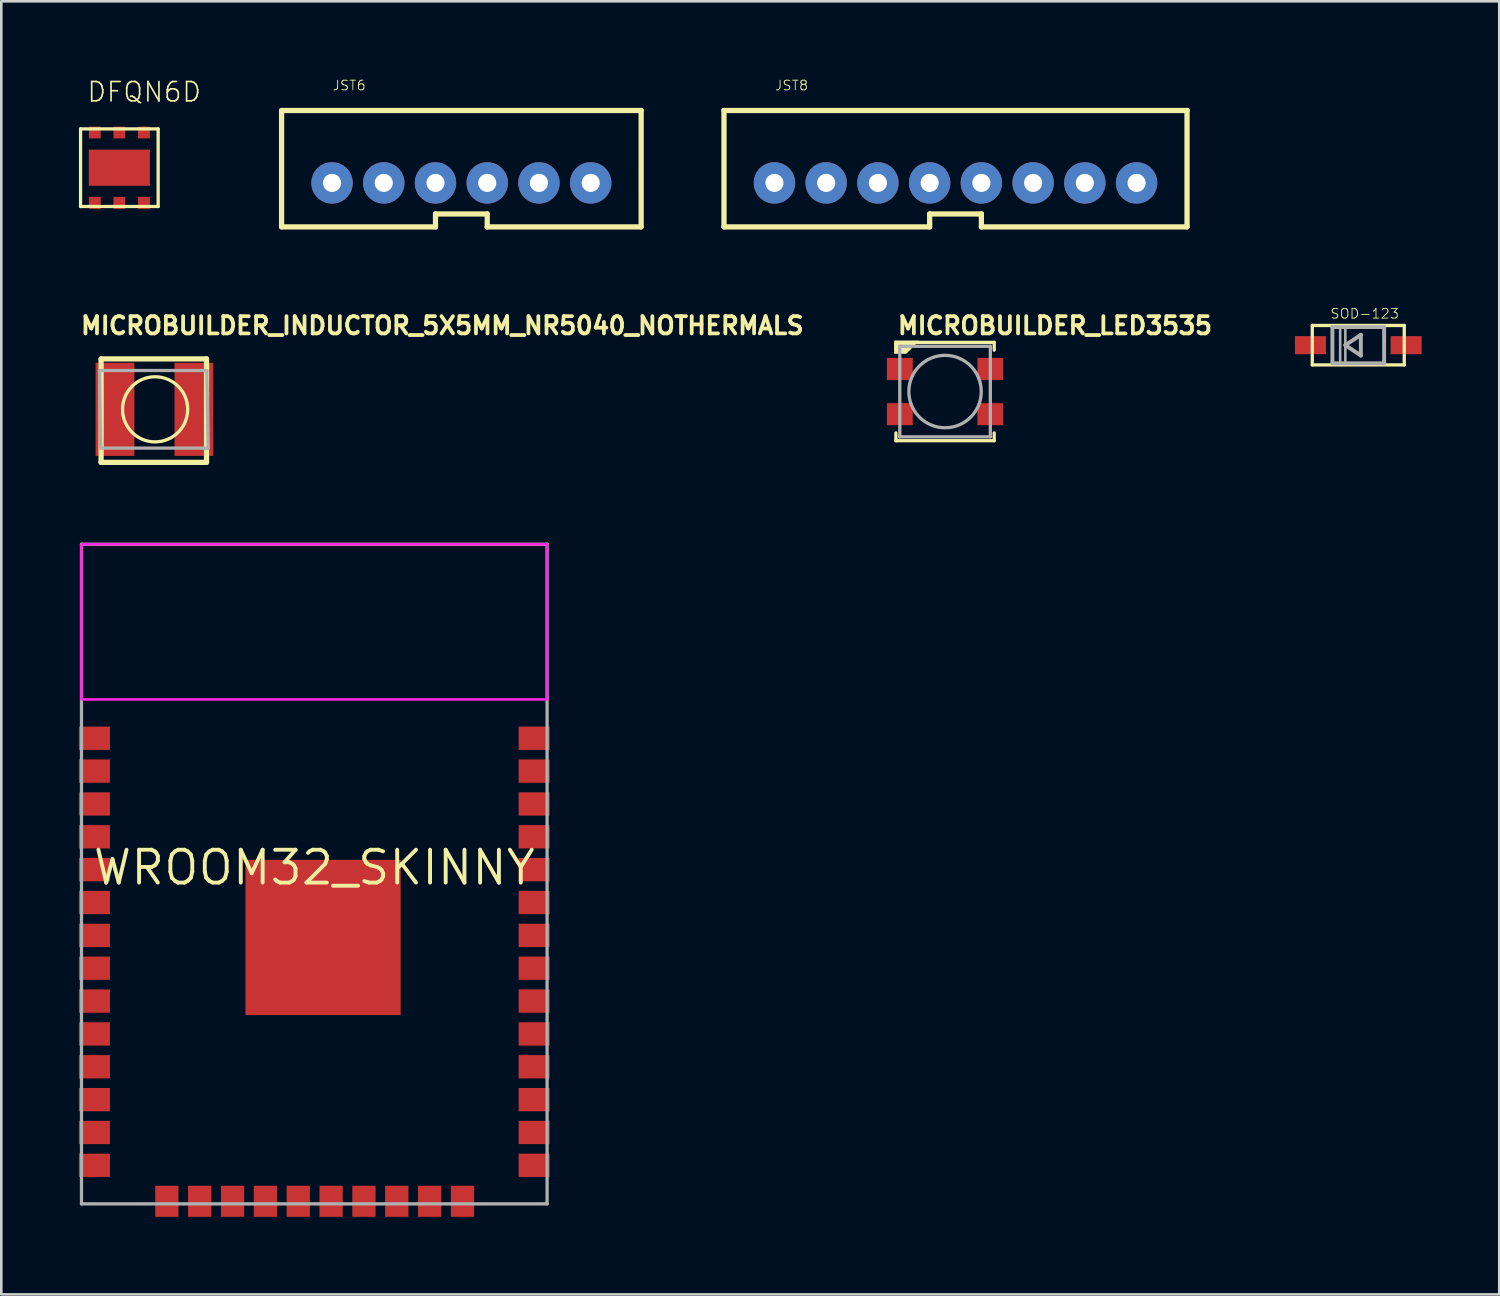
<source format=kicad_pcb>
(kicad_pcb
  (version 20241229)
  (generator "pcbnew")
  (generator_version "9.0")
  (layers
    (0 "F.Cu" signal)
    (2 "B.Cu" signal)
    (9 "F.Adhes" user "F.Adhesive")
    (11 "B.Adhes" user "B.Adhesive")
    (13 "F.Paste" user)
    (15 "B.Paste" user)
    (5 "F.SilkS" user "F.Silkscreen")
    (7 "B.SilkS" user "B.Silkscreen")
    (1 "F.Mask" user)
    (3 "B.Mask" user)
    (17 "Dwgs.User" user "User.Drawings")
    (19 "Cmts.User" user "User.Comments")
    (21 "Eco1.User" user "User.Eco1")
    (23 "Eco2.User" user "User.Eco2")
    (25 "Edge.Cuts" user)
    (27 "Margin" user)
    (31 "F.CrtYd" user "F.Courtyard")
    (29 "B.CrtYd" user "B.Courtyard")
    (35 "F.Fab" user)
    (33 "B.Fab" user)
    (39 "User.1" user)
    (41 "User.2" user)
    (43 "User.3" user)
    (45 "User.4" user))
  (footprint "MICROBUILDER_INDUCTOR_5X5MM_NR5040_NOTHERMALS"
    (layer "F.Cu")
    (at 2.946 12.774)
    (property "Reference" "MICROBUILDER_INDUCTOR_5X5MM_NR5040_NOTHERMALS" (at -2.946 -2.846 0) (layer "F.SilkS") (effects (font (size 0.666 0.666) (thickness 0.146)) (justify left bottom)))
    (fp_line (start -2.088 -1.95) (end 1.988 -1.95) (stroke (width 0.203) (type solid)) (layer "F.SilkS"))
    (fp_line (start -2.088 2.05) (end -2.088 -1.95) (stroke (width 0.203) (type solid)) (layer "F.SilkS"))
    (fp_line (start 1.988 -1.95) (end 1.988 2.05) (stroke (width 0.203) (type solid)) (layer "F.SilkS"))
    (fp_line (start 1.988 2.05) (end -2.088 2.05) (stroke (width 0.203) (type solid)) (layer "F.SilkS"))
    (fp_circle (center 0 0) (end 1.259 0) (stroke (width 0.127) (type solid)) (fill no) (layer "F.SilkS"))
    (fp_line (start -2.15 -1.5) (end 2 -1.5) (stroke (width 0.127) (type solid)) (layer "F.Fab"))
    (fp_line (start -2.1 1.5) (end -2.15 -1.5) (stroke (width 0.127) (type solid)) (layer "F.Fab"))
    (fp_line (start 2 -1.5) (end 2.05 1.5) (stroke (width 0.127) (type solid)) (layer "F.Fab"))
    (fp_line (start 2.05 1.5) (end -2.1 1.5) (stroke (width 0.127) (type solid)) (layer "F.Fab"))
    (pad "P$1" smd rect (at -1.55 0) (size 1.5 3.6) (layers "F.Cu" "F.Mask" "F.Paste"))
    (pad "P$2" smd rect (at 1.5 0) (size 1.5 3.6) (layers "F.Cu" "F.Mask" "F.Paste")))
  (footprint "MICROBUILDER_LED3535"
    (layer "F.Cu")
    (at 33.485 12.087)
    (property "Reference" "MICROBUILDER_LED3535" (at -1.905 -2.159 0) (layer "F.SilkS") (effects (font (size 0.666 0.666) (thickness 0.146)) (justify left bottom)))
    (fp_line (start -1.9 -1.9) (end 1.9 -1.9) (stroke (width 0.127) (type solid)) (layer "F.SilkS"))
    (fp_line (start -1.9 -1.6) (end -1.9 -1.9) (stroke (width 0.127) (type solid)) (layer "F.SilkS"))
    (fp_line (start -1.9 1.6) (end -1.9 1.9) (stroke (width 0.127) (type solid)) (layer "F.SilkS"))
    (fp_line (start -1.9 1.9) (end 1.9 1.9) (stroke (width 0.127) (type solid)) (layer "F.SilkS"))
    (fp_line (start 1.9 -1.9) (end 1.9 -1.6) (stroke (width 0.127) (type solid)) (layer "F.SilkS"))
    (fp_line (start 1.9 1.9) (end 1.9 1.6) (stroke (width 0.127) (type solid)) (layer "F.SilkS"))
    (fp_poly (pts (xy -1.498 -1.46) (xy -1.968 -1.46) (xy -1.968 -1.968) (xy -0.99 -1.968)) (stroke (width 0) (type solid)) (fill yes) (layer "F.SilkS"))
    (fp_line (start -1.75 -1.75) (end 1.75 -1.75) (stroke (width 0.127) (type solid)) (layer "F.Fab"))
    (fp_line (start -1.75 1.75) (end -1.75 -1.75) (stroke (width 0.127) (type solid)) (layer "F.Fab"))
    (fp_line (start 1.75 -1.75) (end 1.75 1.75) (stroke (width 0.127) (type solid)) (layer "F.Fab"))
    (fp_line (start 1.75 1.75) (end -1.75 1.75) (stroke (width 0.127) (type solid)) (layer "F.Fab"))
    (fp_circle (center 0 0) (end 1.4 0) (stroke (width 0.127) (type solid)) (fill no) (layer "F.Fab"))
    (pad "1" smd rect (at -1.75 -0.875 90) (size 0.85 1) (layers "F.Cu" "F.Mask" "F.Paste"))
    (pad "2" smd rect (at -1.75 0.875 90) (size 0.85 1) (layers "F.Cu" "F.Mask" "F.Paste"))
    (pad "3" smd rect (at 1.75 0.875 90) (size 0.85 1) (layers "F.Cu" "F.Mask" "F.Paste"))
    (pad "4" smd rect (at 1.75 -0.875 90) (size 0.85 1) (layers "F.Cu" "F.Mask" "F.Paste")))
  (footprint "JST8"
    (layer "F.Cu")
    (at 33.889 3.471)
    (property "Reference" "JST8" (at -7 -3 0) (layer "F.SilkS") (effects (font (size 0.374 0.374) (thickness 0.033)) (justify left bottom)))
    (fp_line (start -8.95 -2.25) (end 8.95 -2.25) (stroke (width 0.203) (type solid)) (layer "F.SilkS"))
    (fp_line (start -8.95 2.25) (end -8.95 -2.25) (stroke (width 0.203) (type solid)) (layer "F.SilkS"))
    (fp_line (start -1 1.75) (end -1 2.25) (stroke (width 0.203) (type solid)) (layer "F.SilkS"))
    (fp_line (start -1 1.75) (end 1 1.75) (stroke (width 0.203) (type solid)) (layer "F.SilkS"))
    (fp_line (start -1 2.25) (end -8.95 2.25) (stroke (width 0.203) (type solid)) (layer "F.SilkS"))
    (fp_line (start 1 1.75) (end 1 2.25) (stroke (width 0.203) (type solid)) (layer "F.SilkS"))
    (fp_line (start 8.95 -2.25) (end 8.95 2.25) (stroke (width 0.203) (type solid)) (layer "F.SilkS"))
    (fp_line (start 8.95 2.25) (end 1 2.25) (stroke (width 0.203) (type solid)) (layer "F.SilkS"))
    (pad "1" thru_hole circle (at -7 0.55) (size 1.6 1.6) (drill 0.7) (layers "*.Cu" "*.Mask"))
    (pad "2" thru_hole circle (at -5 0.55) (size 1.6 1.6) (drill 0.7) (layers "*.Cu" "*.Mask"))
    (pad "3" thru_hole circle (at -3 0.55) (size 1.6 1.6) (drill 0.7) (layers "*.Cu" "*.Mask"))
    (pad "4" thru_hole circle (at -1 0.55) (size 1.6 1.6) (drill 0.7) (layers "*.Cu" "*.Mask"))
    (pad "5" thru_hole circle (at 1 0.55) (size 1.6 1.6) (drill 0.7) (layers "*.Cu" "*.Mask"))
    (pad "6" thru_hole circle (at 3 0.55) (size 1.6 1.6) (drill 0.7) (layers "*.Cu" "*.Mask"))
    (pad "7" thru_hole circle (at 5 0.55) (size 1.6 1.6) (drill 0.7) (layers "*.Cu" "*.Mask"))
    (pad "8" thru_hole circle (at 7 0.55) (size 1.6 1.6) (drill 0.7) (layers "*.Cu" "*.Mask")))
  (footprint "SOD-123"
    (layer "F.Cu")
    (at 49.459 10.294)
    (property "Reference" "SOD-123" (at -1.1 -1 0) (layer "F.SilkS") (effects (font (size 0.374 0.374) (thickness 0.033)) (justify left bottom)))
    (fp_line (start -1.778 -0.762) (end 1.778 -0.762) (stroke (width 0.127) (type solid)) (layer "F.SilkS"))
    (fp_line (start -1.778 0.762) (end -1.778 -0.762) (stroke (width 0.127) (type solid)) (layer "F.SilkS"))
    (fp_line (start 1.778 -0.762) (end 1.778 0.762) (stroke (width 0.127) (type solid)) (layer "F.SilkS"))
    (fp_line (start 1.778 0.762) (end -1.778 0.762) (stroke (width 0.127) (type solid)) (layer "F.SilkS"))
    (fp_line (start -1 -0.7) (end 1 -0.7) (stroke (width 0.152) (type solid)) (layer "F.Fab"))
    (fp_line (start -1 0.7) (end -1 -0.7) (stroke (width 0.152) (type solid)) (layer "F.Fab"))
    (fp_line (start -0.5 0) (end 0.1 -0.4) (stroke (width 0.152) (type solid)) (layer "F.Fab"))
    (fp_line (start 0.1 -0.4) (end 0.1 0.4) (stroke (width 0.152) (type solid)) (layer "F.Fab"))
    (fp_line (start 0.1 0.4) (end -0.5 0) (stroke (width 0.152) (type solid)) (layer "F.Fab"))
    (fp_line (start 1 -0.7) (end 1 0.7) (stroke (width 0.152) (type solid)) (layer "F.Fab"))
    (fp_line (start 1 0.7) (end -1 0.7) (stroke (width 0.152) (type solid)) (layer "F.Fab"))
    (fp_poly (pts (xy -0.7 0.7) (xy -0.5 0.7) (xy -0.5 -0.7) (xy -0.7 -0.7)) (stroke (width 0.1) (type solid)) (fill no) (layer "F.Fab"))
    (pad "A" smd rect (at 1.85 0) (size 1.2 0.7) (layers "F.Cu" "F.Mask" "F.Paste"))
    (pad "C" smd rect (at -1.85 0) (size 1.2 0.7) (layers "F.Cu" "F.Mask" "F.Paste")))
  (footprint "WROOM32_SKINNY"
    (layer "F.Cu")
    (at 9.1 30.49)
    (property "Reference" "WROOM32_SKINNY" (at 0 0 0) (layer "F.SilkS") (effects (font (size 1.27 1.27) (thickness 0.15))))
    (fp_poly (pts (xy -2.032 2.032) (xy -0.254 2.032) (xy -0.254 0.254) (xy -2.032 0.254)) (stroke (width 0) (type solid)) (fill yes) (layer "F.Paste"))
    (fp_poly (pts (xy -2.032 5.08) (xy -0.254 5.08) (xy -0.254 3.302) (xy -2.032 3.302)) (stroke (width 0) (type solid)) (fill yes) (layer "F.Paste"))
    (fp_poly (pts (xy 1.016 2.032) (xy 2.794 2.032) (xy 2.794 0.254) (xy 1.016 0.254)) (stroke (width 0) (type solid)) (fill yes) (layer "F.Paste"))
    (fp_poly (pts (xy 1.016 5.08) (xy 2.794 5.08) (xy 2.794 3.302) (xy 1.016 3.302)) (stroke (width 0) (type solid)) (fill yes) (layer "F.Paste"))
    (fp_poly (pts (xy -9 -6.5) (xy 9 -6.5) (xy 9 -12.5) (xy -9 -12.5)) (stroke (width 0.1) (type solid)) (fill no) (layer "F.CrtYd"))
    (fp_line (start -9 -12.5) (end -9 13) (stroke (width 0.127) (type solid)) (layer "F.Fab"))
    (fp_line (start -9 13) (end 9 13) (stroke (width 0.127) (type solid)) (layer "F.Fab"))
    (fp_line (start 9 -12.5) (end -9 -12.5) (stroke (width 0.127) (type solid)) (layer "F.Fab"))
    (fp_line (start 9 13) (end 9 -12.5) (stroke (width 0.127) (type solid)) (layer "F.Fab"))
    (pad "1" smd rect (at -8.5 -5 180) (size 1.2 0.9) (layers "F.Cu" "F.Mask" "F.Paste"))
    (pad "2" smd rect (at -8.5 -3.73 180) (size 1.2 0.9) (layers "F.Cu" "F.Mask" "F.Paste"))
    (pad "3" smd rect (at -8.5 -2.46 180) (size 1.2 0.9) (layers "F.Cu" "F.Mask" "F.Paste"))
    (pad "4" smd rect (at -8.5 -1.19 180) (size 1.2 0.9) (layers "F.Cu" "F.Mask" "F.Paste"))
    (pad "5" smd rect (at -8.5 0.08 180) (size 1.2 0.9) (layers "F.Cu" "F.Mask" "F.Paste"))
    (pad "6" smd rect (at -8.5 1.35 180) (size 1.2 0.9) (layers "F.Cu" "F.Mask" "F.Paste"))
    (pad "7" smd rect (at -8.5 2.62 180) (size 1.2 0.9) (layers "F.Cu" "F.Mask" "F.Paste"))
    (pad "8" smd rect (at -8.5 3.89 180) (size 1.2 0.9) (layers "F.Cu" "F.Mask" "F.Paste"))
    (pad "9" smd rect (at -8.5 5.16 180) (size 1.2 0.9) (layers "F.Cu" "F.Mask" "F.Paste"))
    (pad "10" smd rect (at -8.5 6.43 180) (size 1.2 0.9) (layers "F.Cu" "F.Mask" "F.Paste"))
    (pad "11" smd rect (at -8.5 7.7 180) (size 1.2 0.9) (layers "F.Cu" "F.Mask" "F.Paste"))
    (pad "12" smd rect (at -8.5 8.97 180) (size 1.2 0.9) (layers "F.Cu" "F.Mask" "F.Paste"))
    (pad "13" smd rect (at -8.5 10.24 180) (size 1.2 0.9) (layers "F.Cu" "F.Mask" "F.Paste"))
    (pad "14" smd rect (at -8.5 11.51 180) (size 1.2 0.9) (layers "F.Cu" "F.Mask" "F.Paste"))
    (pad "15" smd rect (at -5.7 12.9 270) (size 1.2 0.9) (layers "F.Cu" "F.Mask" "F.Paste"))
    (pad "16" smd rect (at -4.43 12.9 270) (size 1.2 0.9) (layers "F.Cu" "F.Mask" "F.Paste"))
    (pad "17" smd rect (at -3.16 12.9 270) (size 1.2 0.9) (layers "F.Cu" "F.Mask" "F.Paste"))
    (pad "18" smd rect (at -1.89 12.9 270) (size 1.2 0.9) (layers "F.Cu" "F.Mask" "F.Paste"))
    (pad "19" smd rect (at -0.62 12.9 270) (size 1.2 0.9) (layers "F.Cu" "F.Mask" "F.Paste"))
    (pad "20" smd rect (at 0.65 12.9 270) (size 1.2 0.9) (layers "F.Cu" "F.Mask" "F.Paste"))
    (pad "21" smd rect (at 1.92 12.9 270) (size 1.2 0.9) (layers "F.Cu" "F.Mask" "F.Paste"))
    (pad "22" smd rect (at 3.19 12.9 270) (size 1.2 0.9) (layers "F.Cu" "F.Mask" "F.Paste"))
    (pad "23" smd rect (at 4.46 12.9 270) (size 1.2 0.9) (layers "F.Cu" "F.Mask" "F.Paste"))
    (pad "24" smd rect (at 5.73 12.9 270) (size 1.2 0.9) (layers "F.Cu" "F.Mask" "F.Paste"))
    (pad "25" smd rect (at 8.5 11.51) (size 1.2 0.9) (layers "F.Cu" "F.Mask" "F.Paste"))
    (pad "26" smd rect (at 8.5 10.24) (size 1.2 0.9) (layers "F.Cu" "F.Mask" "F.Paste"))
    (pad "27" smd rect (at 8.5 8.97) (size 1.2 0.9) (layers "F.Cu" "F.Mask" "F.Paste"))
    (pad "28" smd rect (at 8.5 7.7) (size 1.2 0.9) (layers "F.Cu" "F.Mask" "F.Paste"))
    (pad "29" smd rect (at 8.5 6.43) (size 1.2 0.9) (layers "F.Cu" "F.Mask" "F.Paste"))
    (pad "30" smd rect (at 8.5 5.16) (size 1.2 0.9) (layers "F.Cu" "F.Mask" "F.Paste"))
    (pad "31" smd rect (at 8.5 3.89) (size 1.2 0.9) (layers "F.Cu" "F.Mask" "F.Paste"))
    (pad "32" smd rect (at 8.5 2.62) (size 1.2 0.9) (layers "F.Cu" "F.Mask" "F.Paste"))
    (pad "33" smd rect (at 8.5 1.35) (size 1.2 0.9) (layers "F.Cu" "F.Mask" "F.Paste"))
    (pad "34" smd rect (at 8.5 0.08) (size 1.2 0.9) (layers "F.Cu" "F.Mask" "F.Paste"))
    (pad "35" smd rect (at 8.5 -1.19) (size 1.2 0.9) (layers "F.Cu" "F.Mask" "F.Paste"))
    (pad "36" smd rect (at 8.5 -2.46) (size 1.2 0.9) (layers "F.Cu" "F.Mask" "F.Paste"))
    (pad "37" smd rect (at 8.5 -3.73) (size 1.2 0.9) (layers "F.Cu" "F.Mask" "F.Paste"))
    (pad "38" smd rect (at 8.5 -5) (size 1.2 0.9) (layers "F.Cu" "F.Mask" "F.Paste"))
    (pad "P$1" smd rect (at 0.34 2.7) (size 6 6) (layers "F.Cu" "F.Mask")))
  (footprint "DFQN6D"
    (layer "F.Cu")
    (at 1.544 3.483)
    (property "Reference" "DFQN6D" (at -1.27 -2.54 0) (layer "F.SilkS") (effects (font (size 0.748 0.748) (thickness 0.065)) (justify left bottom)))
    (fp_line (start -1.48 -1.55) (end 1.52 -1.55) (stroke (width 0.127) (type solid)) (layer "F.SilkS"))
    (fp_line (start -1.48 1.45) (end -1.48 -1.55) (stroke (width 0.127) (type solid)) (layer "F.SilkS"))
    (fp_line (start 1.52 -1.55) (end 1.52 1.45) (stroke (width 0.127) (type solid)) (layer "F.SilkS"))
    (fp_line (start 1.52 1.45) (end -1.48 1.45) (stroke (width 0.127) (type solid)) (layer "F.SilkS"))
    (pad "1" smd rect (at -0.93 1.31 90) (size 0.457 0.457) (layers "F.Cu" "F.Mask" "F.Paste"))
    (pad "2" smd rect (at 0.02 1.31 90) (size 0.457 0.457) (layers "F.Cu" "F.Mask" "F.Paste"))
    (pad "3" smd rect (at 0.97 1.31 90) (size 0.457 0.457) (layers "F.Cu" "F.Mask" "F.Paste"))
    (pad "4" smd rect (at 0.97 -1.41 90) (size 0.457 0.457) (layers "F.Cu" "F.Mask" "F.Paste"))
    (pad "5" smd rect (at 0.02 -1.41 90) (size 0.457 0.457) (layers "F.Cu" "F.Mask" "F.Paste"))
    (pad "6" smd rect (at -0.93 -1.41 90) (size 0.457 0.457) (layers "F.Cu" "F.Mask" "F.Paste"))
    (pad "GND" smd rect (at 0.02 -0.05) (size 2.362 1.397) (layers "F.Cu" "F.Mask" "F.Paste")))
  (footprint "JST6"
    (layer "F.Cu")
    (at 14.786 3.741)
    (property "Reference" "JST6" (at -5 -3.27 0) (layer "F.SilkS") (effects (font (size 0.374 0.374) (thickness 0.033)) (justify left bottom)))
    (fp_line (start -6.95 -2.52) (end 6.95 -2.52) (stroke (width 0.203) (type solid)) (layer "F.SilkS"))
    (fp_line (start -6.95 1.98) (end -6.95 -2.52) (stroke (width 0.203) (type solid)) (layer "F.SilkS"))
    (fp_line (start -1 1.48) (end -1 1.98) (stroke (width 0.203) (type solid)) (layer "F.SilkS"))
    (fp_line (start -1 1.48) (end 1 1.48) (stroke (width 0.203) (type solid)) (layer "F.SilkS"))
    (fp_line (start -1 1.98) (end -6.95 1.98) (stroke (width 0.203) (type solid)) (layer "F.SilkS"))
    (fp_line (start 1 1.48) (end 1 1.98) (stroke (width 0.203) (type solid)) (layer "F.SilkS"))
    (fp_line (start 6.95 -2.52) (end 6.95 1.98) (stroke (width 0.203) (type solid)) (layer "F.SilkS"))
    (fp_line (start 6.95 1.98) (end 1 1.98) (stroke (width 0.203) (type solid)) (layer "F.SilkS"))
    (pad "1" thru_hole circle (at -5 0.28) (size 1.6 1.6) (drill 0.7) (layers "*.Cu" "*.Mask"))
    (pad "2" thru_hole circle (at -3 0.28) (size 1.6 1.6) (drill 0.7) (layers "*.Cu" "*.Mask"))
    (pad "3" thru_hole circle (at -1 0.28) (size 1.6 1.6) (drill 0.7) (layers "*.Cu" "*.Mask"))
    (pad "4" thru_hole circle (at 1 0.28) (size 1.6 1.6) (drill 0.7) (layers "*.Cu" "*.Mask"))
    (pad "5" thru_hole circle (at 3 0.28) (size 1.6 1.6) (drill 0.7) (layers "*.Cu" "*.Mask"))
    (pad "6" thru_hole circle (at 5 0.28) (size 1.6 1.6) (drill 0.7) (layers "*.Cu" "*.Mask")))
  (gr_rect
    (start -3 -3)
    (end 54.909 46.99)
    (stroke (width 0.1) (type default))
    (fill no)
    (layer "Edge.Cuts")))
</source>
